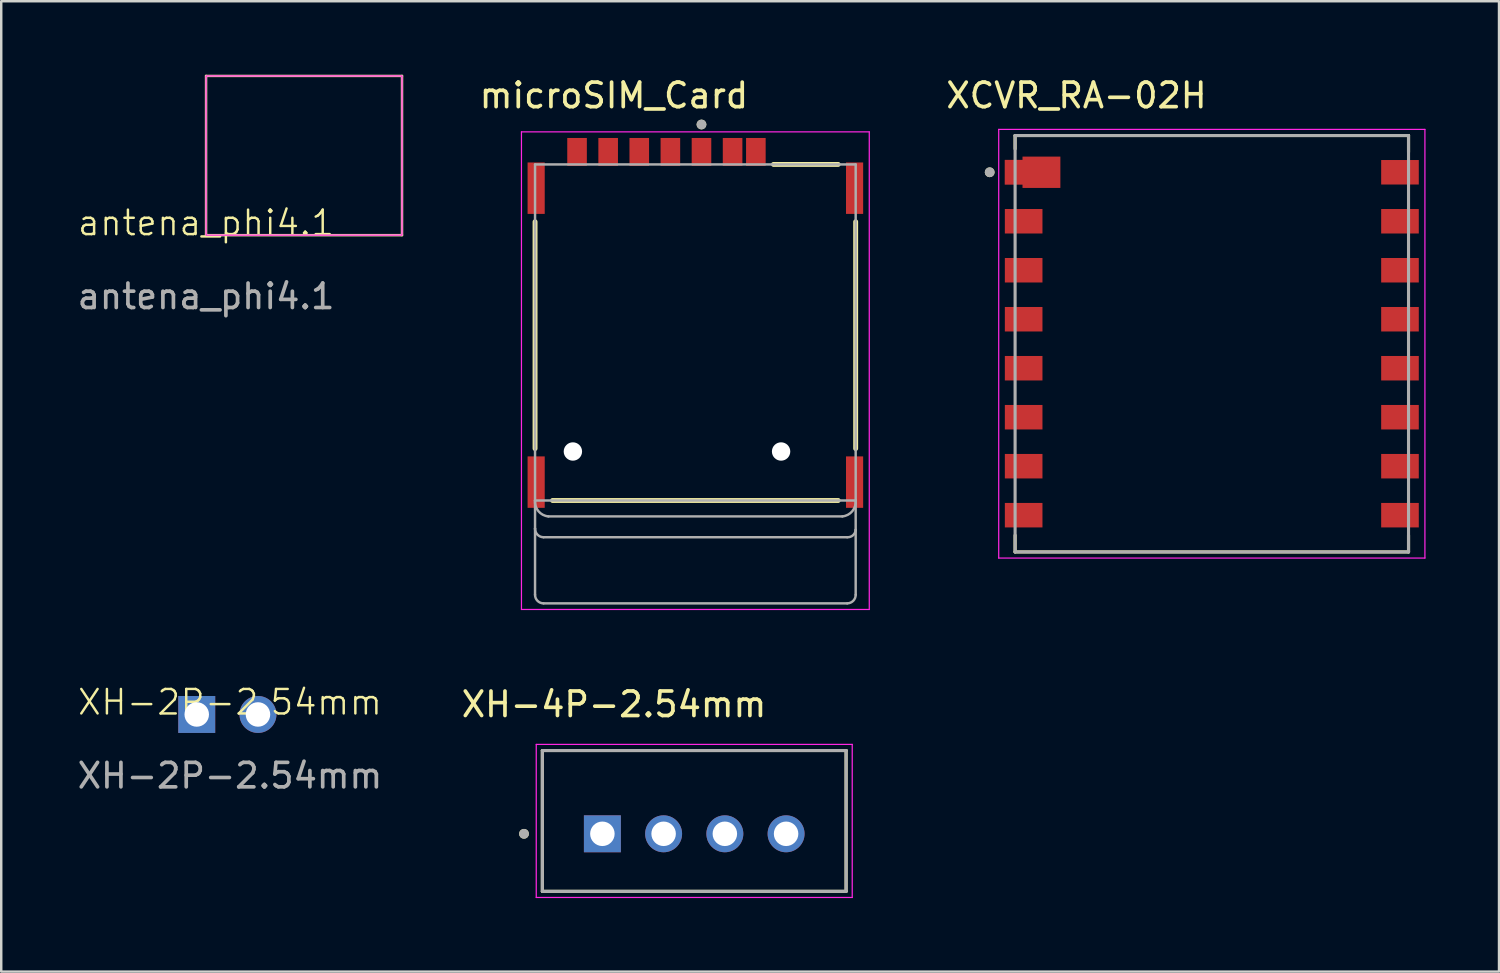
<source format=kicad_pcb>
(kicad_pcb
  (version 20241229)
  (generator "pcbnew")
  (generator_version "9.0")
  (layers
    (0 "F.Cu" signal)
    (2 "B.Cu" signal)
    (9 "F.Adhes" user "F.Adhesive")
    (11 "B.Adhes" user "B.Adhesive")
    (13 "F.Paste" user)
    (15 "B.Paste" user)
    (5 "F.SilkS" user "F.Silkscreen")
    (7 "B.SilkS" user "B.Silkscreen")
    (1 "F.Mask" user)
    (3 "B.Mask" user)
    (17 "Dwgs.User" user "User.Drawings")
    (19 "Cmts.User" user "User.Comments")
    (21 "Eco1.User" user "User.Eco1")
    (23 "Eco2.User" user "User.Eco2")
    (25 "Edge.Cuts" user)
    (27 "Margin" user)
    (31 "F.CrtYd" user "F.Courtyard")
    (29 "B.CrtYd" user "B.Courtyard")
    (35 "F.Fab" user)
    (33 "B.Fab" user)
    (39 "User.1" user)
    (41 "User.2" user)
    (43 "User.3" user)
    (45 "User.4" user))
  (footprint "microSIM_Card"
    (layer "F.Cu")
    (at 25.339 10.523)
    (property "Reference" "microSIM_Card" (at -3.325 -9.675 0) (layer "F.SilkS") (effects (font (size 1 1) (thickness 0.15))))
    (attr smd)
    (fp_line (start -6.545 -4.52) (end -6.545 4.74) (stroke (width 0.2) (type solid)) (layer "F.SilkS"))
    (fp_line (start -5.83 6.86) (end 5.83 6.86) (stroke (width 0.2) (type solid)) (layer "F.SilkS"))
    (fp_line (start 3.19 -6.86) (end 5.83 -6.86) (stroke (width 0.2) (type solid)) (layer "F.SilkS"))
    (fp_line (start 6.545 -4.52) (end 6.545 4.74) (stroke (width 0.2) (type solid)) (layer "F.SilkS"))
    (fp_circle (center 0.25 -8.49) (end 0.35 -8.49) (stroke (width 0.2) (type solid)) (fill no) (layer "F.SilkS"))
    (fp_line (start -7.1 -8.19) (end 7.1 -8.19) (stroke (width 0.05) (type solid)) (layer "F.CrtYd"))
    (fp_line (start -7.1 11.31) (end -7.1 -8.19) (stroke (width 0.05) (type solid)) (layer "F.CrtYd"))
    (fp_line (start 7.1 -8.19) (end 7.1 11.31) (stroke (width 0.05) (type solid)) (layer "F.CrtYd"))
    (fp_line (start 7.1 11.31) (end -7.1 11.31) (stroke (width 0.05) (type solid)) (layer "F.CrtYd"))
    (fp_line (start -6.545 -6.86) (end 6.545 -6.86) (stroke (width 0.1) (type solid)) (layer "F.Fab"))
    (fp_line (start -6.545 6.86) (end -6.545 -6.86) (stroke (width 0.1) (type solid)) (layer "F.Fab"))
    (fp_line (start -6.545 6.86) (end -6.545 8.01) (stroke (width 0.1) (type solid)) (layer "F.Fab"))
    (fp_line (start -6.545 8.01) (end -6.545 10.71) (stroke (width 0.1) (type solid)) (layer "F.Fab"))
    (fp_line (start -6.2 8.36) (end 6.2 8.36) (stroke (width 0.1) (type solid)) (layer "F.Fab"))
    (fp_line (start -6.2 11.06) (end 6.2 11.06) (stroke (width 0.1) (type solid)) (layer "F.Fab"))
    (fp_line (start -6 7.51) (end 6 7.51) (stroke (width 0.1) (type solid)) (layer "F.Fab"))
    (fp_line (start 6.545 -6.86) (end 6.545 6.86) (stroke (width 0.1) (type solid)) (layer "F.Fab"))
    (fp_line (start 6.545 6.86) (end -6.545 6.86) (stroke (width 0.1) (type solid)) (layer "F.Fab"))
    (fp_line (start 6.545 6.86) (end 6.545 8.06) (stroke (width 0.1) (type solid)) (layer "F.Fab"))
    (fp_line (start 6.545 8.06) (end 6.545 10.71) (stroke (width 0.1) (type solid)) (layer "F.Fab"))
    (fp_arc (start -6.2 8.36) (mid -6.444987 8.256452) (end -6.545 8.01) (stroke (width 0.1) (type solid)) (layer "F.Fab"))
    (fp_arc (start -6.2 11.06) (mid -6.444987 10.956452) (end -6.545 10.71) (stroke (width 0.1) (type solid)) (layer "F.Fab"))
    (fp_arc (start -6 7.51) (mid -6.407119 7.297873) (end -6.545 6.86) (stroke (width 0.1) (type solid)) (layer "F.Fab"))
    (fp_arc (start 6.545 6.86) (mid 6.407119 7.297873) (end 6 7.51) (stroke (width 0.1) (type solid)) (layer "F.Fab"))
    (fp_arc (start 6.545 8.06) (mid 6.434632 8.281452) (end 6.2 8.36) (stroke (width 0.1) (type solid)) (layer "F.Fab"))
    (fp_arc (start 6.545 10.71) (mid 6.444987 10.956452) (end 6.2 11.06) (stroke (width 0.1) (type solid)) (layer "F.Fab"))
    (fp_circle (center 0.25 -8.49) (end 0.35 -8.49) (stroke (width 0.2) (type solid)) (fill no) (layer "F.Fab"))
    (pad "" np_thru_hole circle (at -5 4.86) (size 0.75 0.75) (drill 0.75) (layers "*.Cu" "*.Mask"))
    (pad "" np_thru_hole circle (at 3.5 4.86) (size 0.75 0.75) (drill 0.75) (layers "*.Cu" "*.Mask"))
    (pad "C1" smd rect (at 0.25 -7.37) (size 0.8 1.14) (layers "F.Cu" "F.Mask" "F.Paste"))
    (pad "C2" smd rect (at -2.29 -7.37) (size 0.8 1.14) (layers "F.Cu" "F.Mask" "F.Paste"))
    (pad "C3" smd rect (at -4.83 -7.37) (size 0.8 1.14) (layers "F.Cu" "F.Mask" "F.Paste"))
    (pad "C5" smd rect (at 1.52 -7.37) (size 0.8 1.14) (layers "F.Cu" "F.Mask" "F.Paste"))
    (pad "C6" smd rect (at -1.02 -7.37) (size 0.8 1.14) (layers "F.Cu" "F.Mask" "F.Paste"))
    (pad "C7" smd rect (at -3.56 -7.37) (size 0.8 1.14) (layers "F.Cu" "F.Mask" "F.Paste"))
    (pad "CD" smd rect (at 2.47 -7.37) (size 0.8 1.14) (layers "F.Cu" "F.Mask" "F.Paste"))
    (pad "G1" smd rect (at -6.5 -5.89) (size 0.7 2.1) (layers "F.Cu" "F.Mask" "F.Paste"))
    (pad "G2" smd rect (at 6.5 -5.89) (size 0.7 2.1) (layers "F.Cu" "F.Mask" "F.Paste"))
    (pad "G3" smd rect (at -6.5 6.11) (size 0.7 2.1) (layers "F.Cu" "F.Mask" "F.Paste"))
    (pad "G4" smd rect (at 6.5 6.11) (size 0.7 2.1) (layers "F.Cu" "F.Mask" "F.Paste"))
    (zone (net_name "") (layer "F.Cu") (hatch full 0.508) (connect_pads) (min_thickness 0.01) (filled_areas_thickness no) (keepout (tracks not_allowed) (vias not_allowed) (pads not_allowed) (copperpour not_allowed) (footprints allowed)) (placement (enabled no)) (fill) (polygon (pts (xy 20.694 13.683) (xy 22.544 13.683) (xy 22.544 17.083) (xy 20.694 17.083))))
    (zone (net_name "") (layer "F.Cu") (hatch full 0.508) (connect_pads) (min_thickness 0.01) (filled_areas_thickness no) (keepout (tracks not_allowed) (vias not_allowed) (pads not_allowed) (copperpour not_allowed) (footprints allowed)) (placement (enabled no)) (fill) (polygon (pts (xy 21.059 8.228) (xy 22.259 8.228) (xy 22.259 11.438) (xy 21.059 11.438))))
    (zone (net_name "") (layer "F.Cu") (hatch full 0.508) (connect_pads) (min_thickness 0.01) (filled_areas_thickness no) (keepout (tracks not_allowed) (vias not_allowed) (pads not_allowed) (copperpour not_allowed) (footprints allowed)) (placement (enabled no)) (fill) (polygon (pts (xy 23.234 13.683) (xy 25.084 13.683) (xy 25.084 17.083) (xy 23.234 17.083))))
    (zone (net_name "") (layer "F.Cu") (hatch full 0.508) (connect_pads) (min_thickness 0.01) (filled_areas_thickness no) (keepout (tracks not_allowed) (vias not_allowed) (pads not_allowed) (copperpour not_allowed) (footprints allowed)) (placement (enabled no)) (fill) (polygon (pts (xy 23.599 8.228) (xy 24.799 8.228) (xy 24.799 11.438) (xy 23.599 11.438))))
    (zone (net_name "") (layer "F.Cu") (hatch full 0.508) (connect_pads) (min_thickness 0.01) (filled_areas_thickness no) (keepout (tracks not_allowed) (vias not_allowed) (pads not_allowed) (copperpour not_allowed) (footprints allowed)) (placement (enabled no)) (fill) (polygon (pts (xy 25.774 13.683) (xy 27.624 13.683) (xy 27.624 17.083) (xy 25.774 17.083))))
    (zone (net_name "") (layer "F.Cu") (hatch full 0.508) (connect_pads) (min_thickness 0.01) (filled_areas_thickness no) (keepout (tracks not_allowed) (vias not_allowed) (pads not_allowed) (copperpour not_allowed) (footprints allowed)) (placement (enabled no)) (fill) (polygon (pts (xy 26.139 4.838) (xy 27.339 4.838) (xy 27.339 7.388) (xy 26.139 7.388))))
    (zone (net_name "") (layer "F.Cu") (hatch full 0.508) (connect_pads) (min_thickness 0.01) (filled_areas_thickness no) (keepout (tracks not_allowed) (vias not_allowed) (pads not_allowed) (copperpour not_allowed) (footprints allowed)) (placement (enabled no)) (fill) (polygon (pts (xy 26.139 8.228) (xy 27.339 8.228) (xy 27.339 11.438) (xy 26.139 11.438))))
    (zone (net_name "") (layers "F.Cu" "B.Cu") (hatch full 0.508) (connect_pads) (min_thickness 0.01) (filled_areas_thickness no) (keepout (tracks allowed) (vias not_allowed) (pads allowed) (copperpour allowed) (footprints allowed)) (placement (enabled no)) (fill) (polygon (pts (xy 20.694 13.683) (xy 22.544 13.683) (xy 22.544 17.083) (xy 20.694 17.083))))
    (zone (net_name "") (layers "F.Cu" "B.Cu") (hatch full 0.508) (connect_pads) (min_thickness 0.01) (filled_areas_thickness no) (keepout (tracks allowed) (vias not_allowed) (pads allowed) (copperpour allowed) (footprints allowed)) (placement (enabled no)) (fill) (polygon (pts (xy 21.059 8.228) (xy 22.259 8.228) (xy 22.259 11.438) (xy 21.059 11.438))))
    (zone (net_name "") (layers "F.Cu" "B.Cu") (hatch full 0.508) (connect_pads) (min_thickness 0.01) (filled_areas_thickness no) (keepout (tracks allowed) (vias not_allowed) (pads allowed) (copperpour allowed) (footprints allowed)) (placement (enabled no)) (fill) (polygon (pts (xy 23.234 13.683) (xy 25.084 13.683) (xy 25.084 17.083) (xy 23.234 17.083))))
    (zone (net_name "") (layers "F.Cu" "B.Cu") (hatch full 0.508) (connect_pads) (min_thickness 0.01) (filled_areas_thickness no) (keepout (tracks allowed) (vias not_allowed) (pads allowed) (copperpour allowed) (footprints allowed)) (placement (enabled no)) (fill) (polygon (pts (xy 23.599 8.228) (xy 24.799 8.228) (xy 24.799 11.438) (xy 23.599 11.438))))
    (zone (net_name "") (layers "F.Cu" "B.Cu") (hatch full 0.508) (connect_pads) (min_thickness 0.01) (filled_areas_thickness no) (keepout (tracks allowed) (vias not_allowed) (pads allowed) (copperpour allowed) (footprints allowed)) (placement (enabled no)) (fill) (polygon (pts (xy 25.774 13.683) (xy 27.624 13.683) (xy 27.624 17.083) (xy 25.774 17.083))))
    (zone (net_name "") (layers "F.Cu" "B.Cu") (hatch full 0.508) (connect_pads) (min_thickness 0.01) (filled_areas_thickness no) (keepout (tracks allowed) (vias not_allowed) (pads allowed) (copperpour allowed) (footprints allowed)) (placement (enabled no)) (fill) (polygon (pts (xy 26.139 4.838) (xy 27.339 4.838) (xy 27.339 7.388) (xy 26.139 7.388))))
    (zone (net_name "") (layers "F.Cu" "B.Cu") (hatch full 0.508) (connect_pads) (min_thickness 0.01) (filled_areas_thickness no) (keepout (tracks allowed) (vias not_allowed) (pads allowed) (copperpour allowed) (footprints allowed)) (placement (enabled no)) (fill) (polygon (pts (xy 26.139 8.228) (xy 27.339 8.228) (xy 27.339 11.438) (xy 26.139 11.438)))))
  (footprint "XCVR_RA-02H"
    (layer "F.Cu")
    (at 46.424 10.983)
    (property "Reference" "XCVR_RA-02H" (at -5.525 -10.135 0) (layer "F.SilkS") (effects (font (size 1 1) (thickness 0.15))))
    (attr smd)
    (fp_poly (pts (xy -6.088 -7.735) (xy -6.088 -6.265) (xy -7.824 -6.265) (xy -7.824 -6.4) (xy -8.55 -6.4) (xy -8.55 -7.6) (xy -7.824 -7.6) (xy -7.824 -7.735)) (stroke (width 0.01) (type solid)) (fill yes) (layer "F.Mask"))
    (fp_line (start -8.031 -8.5) (end 8.031 -8.5) (stroke (width 0.127) (type solid)) (layer "F.SilkS"))
    (fp_line (start -8.031 -7.955) (end -8.031 -8.5) (stroke (width 0.127) (type solid)) (layer "F.SilkS"))
    (fp_line (start -8.031 8.5) (end -8.031 7.82) (stroke (width 0.127) (type solid)) (layer "F.SilkS"))
    (fp_line (start 8.031 -8.5) (end 8.031 -7.82) (stroke (width 0.127) (type solid)) (layer "F.SilkS"))
    (fp_line (start 8.031 8.5) (end -8.031 8.5) (stroke (width 0.127) (type solid)) (layer "F.SilkS"))
    (fp_line (start 8.031 8.5) (end 8.031 7.82) (stroke (width 0.127) (type solid)) (layer "F.SilkS"))
    (fp_circle (center -9.069 -7) (end -8.969 -7) (stroke (width 0.2) (type solid)) (fill no) (layer "F.SilkS"))
    (fp_poly (pts (xy -6.188 -7.635) (xy -6.188 -6.365) (xy -7.724 -6.365) (xy -7.724 -6.5) (xy -8.45 -6.5) (xy -8.45 -7.5) (xy -7.724 -7.5) (xy -7.724 -7.635)) (stroke (width 0.01) (type solid)) (fill yes) (layer "F.Paste"))
    (fp_line (start -8.7 -8.75) (end -8.7 8.75) (stroke (width 0.05) (type solid)) (layer "F.CrtYd"))
    (fp_line (start -8.7 8.75) (end 8.7 8.75) (stroke (width 0.05) (type solid)) (layer "F.CrtYd"))
    (fp_line (start 8.7 -8.75) (end -8.7 -8.75) (stroke (width 0.05) (type solid)) (layer "F.CrtYd"))
    (fp_line (start 8.7 8.75) (end 8.7 -8.75) (stroke (width 0.05) (type solid)) (layer "F.CrtYd"))
    (fp_line (start -8.031 -8.5) (end 8.031 -8.5) (stroke (width 0.127) (type solid)) (layer "F.Fab"))
    (fp_line (start -8.031 8.5) (end -8.031 -8.5) (stroke (width 0.127) (type solid)) (layer "F.Fab"))
    (fp_line (start 8.031 -8.5) (end 8.031 8.5) (stroke (width 0.127) (type solid)) (layer "F.Fab"))
    (fp_line (start 8.031 8.5) (end -8.031 8.5) (stroke (width 0.127) (type solid)) (layer "F.Fab"))
    (fp_circle (center -9.069 -7) (end -8.969 -7) (stroke (width 0.2) (type solid)) (fill no) (layer "F.Fab"))
    (pad "1" smd custom (at -7.682 -7) (size 1.536 1) (layers "F.Cu") (options (anchor rect)) (primitives (gr_poly (pts (xy 1.494 -0.635) (xy 1.494 0.635) (xy -0.042 0.635) (xy -0.042 0.5) (xy -0.768 0.5) (xy -0.768 -0.5) (xy -0.042 -0.5) (xy -0.042 -0.635)) (width 0.01) (fill yes))))
    (pad "2" smd rect (at -7.682 -5) (size 1.536 1) (layers "F.Cu" "F.Mask" "F.Paste"))
    (pad "3" smd rect (at -7.682 -3) (size 1.536 1) (layers "F.Cu" "F.Mask" "F.Paste"))
    (pad "4" smd rect (at -7.682 -1) (size 1.536 1) (layers "F.Cu" "F.Mask" "F.Paste"))
    (pad "5" smd rect (at -7.682 1) (size 1.536 1) (layers "F.Cu" "F.Mask" "F.Paste"))
    (pad "6" smd rect (at -7.682 3) (size 1.536 1) (layers "F.Cu" "F.Mask" "F.Paste"))
    (pad "7" smd rect (at -7.682 5) (size 1.536 1) (layers "F.Cu" "F.Mask" "F.Paste"))
    (pad "8" smd rect (at -7.682 7) (size 1.536 1) (layers "F.Cu" "F.Mask" "F.Paste"))
    (pad "9" smd rect (at 7.682 7) (size 1.536 1) (layers "F.Cu" "F.Mask" "F.Paste"))
    (pad "10" smd rect (at 7.682 5) (size 1.536 1) (layers "F.Cu" "F.Mask" "F.Paste"))
    (pad "11" smd rect (at 7.682 3) (size 1.536 1) (layers "F.Cu" "F.Mask" "F.Paste"))
    (pad "12" smd rect (at 7.682 1) (size 1.536 1) (layers "F.Cu" "F.Mask" "F.Paste"))
    (pad "13" smd rect (at 7.682 -1) (size 1.536 1) (layers "F.Cu" "F.Mask" "F.Paste"))
    (pad "14" smd rect (at 7.682 -3) (size 1.536 1) (layers "F.Cu" "F.Mask" "F.Paste"))
    (pad "15" smd rect (at 7.682 -5) (size 1.536 1) (layers "F.Cu" "F.Mask" "F.Paste"))
    (pad "16" smd rect (at 7.682 -7) (size 1.536 1) (layers "F.Cu" "F.Mask" "F.Paste")))
  (footprint "antena_phi4.1"
    (layer "F.Cu")
    (at 5.363 6.55)
    (property "Reference" "antena_phi4.1" (at 0 -0.5 0) (unlocked yes) (layer "F.SilkS") (effects (font (size 1 1) (thickness 0.1))))
    (attr through_hole)
    (fp_line (start 0 -6.5) (end 8 -6.5) (stroke (width 0.1) (type default)) (layer "F.SilkS"))
    (fp_line (start 0 0) (end 0 -6.5) (stroke (width 0.1) (type default)) (layer "F.SilkS"))
    (fp_line (start 0 0) (end 8 0) (stroke (width 0.1) (type default)) (layer "F.SilkS"))
    (fp_line (start 8 0) (end 8 -6.5) (stroke (width 0.1) (type default)) (layer "F.SilkS"))
    (fp_rect (start 0 -6.5) (end 8 0) (stroke (width 0.05) (type default)) (fill no) (layer "F.CrtYd"))
    (fp_text user "${REFERENCE}" (at 0 2.5 0) (unlocked yes) (layer "F.Fab") (effects (font (size 1 1) (thickness 0.15)))))
  (footprint "XH-2P-2.54mm"
    (layer "F.Cu")
    (at 6.339 26.119)
    (property "Reference" "XH-2P-2.54mm" (at 0 -0.5 0) (unlocked yes) (layer "F.SilkS") (effects (font (size 1 1) (thickness 0.1))))
    (attr smd)
    (fp_text user "${REFERENCE}" (at 0 2.5 0) (unlocked yes) (layer "F.Fab") (effects (font (size 1 1) (thickness 0.15))))
    (pad "1" thru_hole rect (at -1.357 0) (size 1.508 1.508) (drill 1) (layers "*.Cu" "*.Mask"))
    (pad "2" thru_hole circle (at 1.143 0) (size 1.508 1.508) (drill 1) (layers "*.Cu" "*.Mask")))
  (footprint "XH-4P-2.54mm"
    (layer "F.Cu")
    (at 25.293 30.466)
    (property "Reference" "XH-4P-2.54mm" (at -3.275 -4.76 0) (layer "F.SilkS") (effects (font (size 1 1) (thickness 0.15))))
    (attr through_hole)
    (fp_line (start -6.2 -2.875) (end 6.2 -2.875) (stroke (width 0.127) (type solid)) (layer "F.SilkS"))
    (fp_line (start -6.2 2.875) (end -6.2 -2.875) (stroke (width 0.127) (type solid)) (layer "F.SilkS"))
    (fp_line (start 6.2 -2.875) (end 6.2 2.875) (stroke (width 0.127) (type solid)) (layer "F.SilkS"))
    (fp_line (start 6.2 2.875) (end -6.2 2.875) (stroke (width 0.127) (type solid)) (layer "F.SilkS"))
    (fp_circle (center -6.95 0.525) (end -6.85 0.525) (stroke (width 0.2) (type solid)) (fill no) (layer "F.SilkS"))
    (fp_line (start -6.45 -3.125) (end -6.45 3.125) (stroke (width 0.05) (type solid)) (layer "F.CrtYd"))
    (fp_line (start -6.45 3.125) (end 6.45 3.125) (stroke (width 0.05) (type solid)) (layer "F.CrtYd"))
    (fp_line (start 6.45 -3.125) (end -6.45 -3.125) (stroke (width 0.05) (type solid)) (layer "F.CrtYd"))
    (fp_line (start 6.45 3.125) (end 6.45 -3.125) (stroke (width 0.05) (type solid)) (layer "F.CrtYd"))
    (fp_line (start -6.2 -2.875) (end 6.2 -2.875) (stroke (width 0.127) (type solid)) (layer "F.Fab"))
    (fp_line (start -6.2 2.875) (end -6.2 -2.875) (stroke (width 0.127) (type solid)) (layer "F.Fab"))
    (fp_line (start 6.2 -2.875) (end 6.2 2.875) (stroke (width 0.127) (type solid)) (layer "F.Fab"))
    (fp_line (start 6.2 2.875) (end -6.2 2.875) (stroke (width 0.127) (type solid)) (layer "F.Fab"))
    (fp_circle (center -6.95 0.525) (end -6.85 0.525) (stroke (width 0.2) (type solid)) (fill no) (layer "F.Fab"))
    (pad "1" thru_hole rect (at -3.75 0.525) (size 1.508 1.508) (drill 1) (layers "*.Cu" "*.Mask"))
    (pad "2" thru_hole circle (at -1.25 0.525) (size 1.508 1.508) (drill 1) (layers "*.Cu" "*.Mask"))
    (pad "3" thru_hole circle (at 1.25 0.525) (size 1.508 1.508) (drill 1) (layers "*.Cu" "*.Mask"))
    (pad "4" thru_hole circle (at 3.75 0.525) (size 1.508 1.508) (drill 1) (layers "*.Cu" "*.Mask")))
  (gr_rect
    (start -3 -3)
    (end 58.149 36.617)
    (stroke (width 0.1) (type default))
    (fill no)
    (layer "Edge.Cuts")))
</source>
